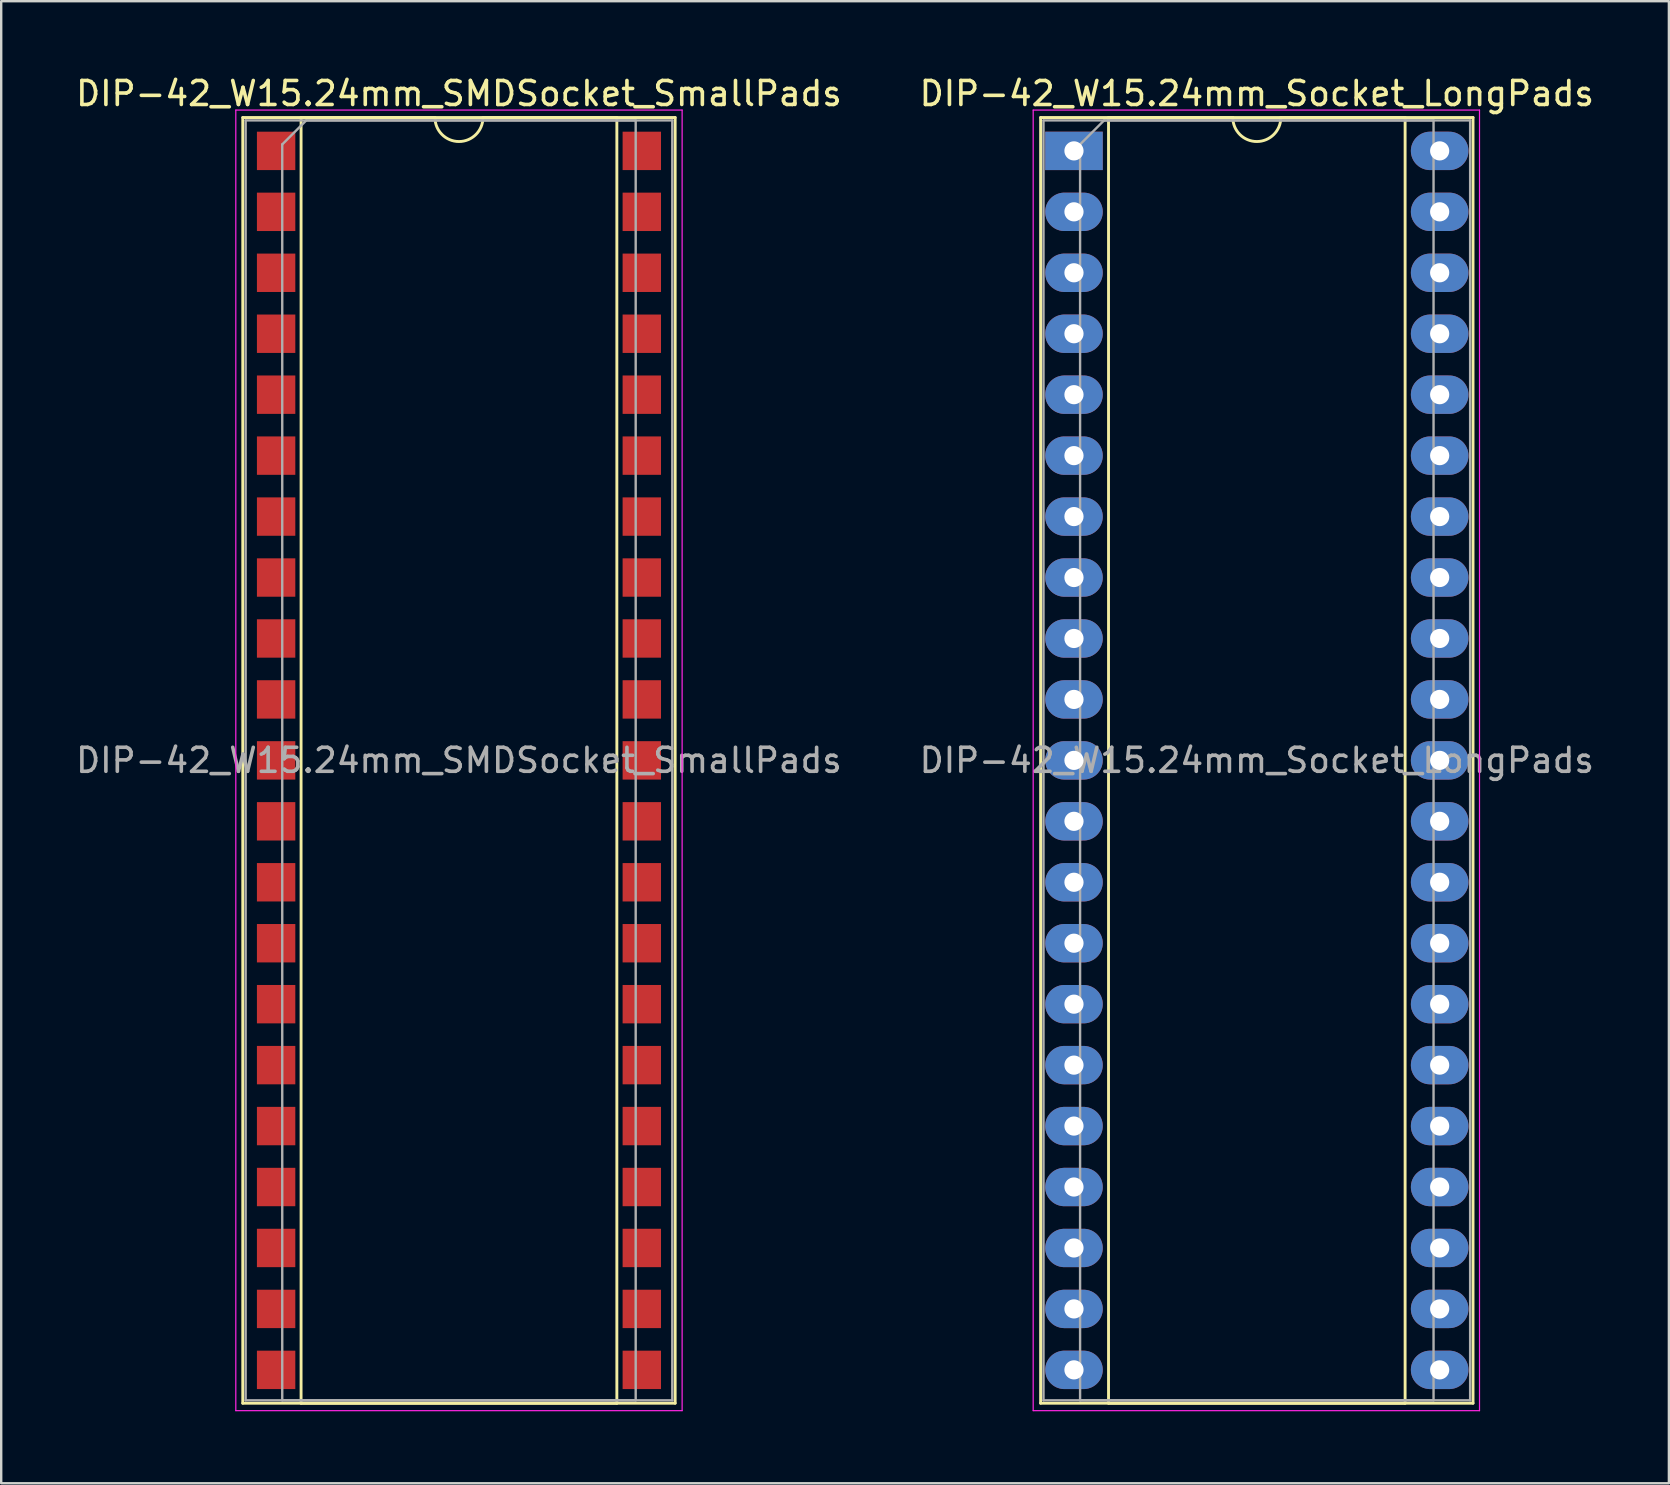
<source format=kicad_pcb>
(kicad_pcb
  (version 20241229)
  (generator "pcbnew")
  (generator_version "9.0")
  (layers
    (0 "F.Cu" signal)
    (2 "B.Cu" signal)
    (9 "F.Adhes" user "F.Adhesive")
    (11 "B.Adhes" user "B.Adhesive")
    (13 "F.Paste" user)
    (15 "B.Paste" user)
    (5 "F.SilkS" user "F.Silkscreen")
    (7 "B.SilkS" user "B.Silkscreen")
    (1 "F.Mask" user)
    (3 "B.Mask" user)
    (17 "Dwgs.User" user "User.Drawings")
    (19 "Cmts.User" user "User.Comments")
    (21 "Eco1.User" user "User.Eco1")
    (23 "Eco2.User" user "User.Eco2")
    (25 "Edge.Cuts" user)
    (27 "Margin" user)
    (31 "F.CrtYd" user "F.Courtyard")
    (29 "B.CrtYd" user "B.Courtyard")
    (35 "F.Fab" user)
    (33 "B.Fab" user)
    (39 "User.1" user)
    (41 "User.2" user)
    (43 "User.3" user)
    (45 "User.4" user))
  (footprint "DIP-42_W15.24mm_Socket_LongPads"
    (layer "F.Cu")
    (at 41.707 3.238)
    (property "Reference" "DIP-42_W15.24mm_Socket_LongPads" (at 7.62 -2.39 0) (layer "F.SilkS") (effects (font (size 1 1) (thickness 0.15))))
    (attr through_hole)
    (fp_line (start -1.39 -1.39) (end -1.39 52.19) (stroke (width 0.12) (type solid)) (layer "F.SilkS"))
    (fp_line (start -1.39 52.19) (end 16.63 52.19) (stroke (width 0.12) (type solid)) (layer "F.SilkS"))
    (fp_line (start 1.44 -1.39) (end 1.44 52.19) (stroke (width 0.12) (type solid)) (layer "F.SilkS"))
    (fp_line (start 1.44 52.19) (end 13.8 52.19) (stroke (width 0.12) (type solid)) (layer "F.SilkS"))
    (fp_line (start 6.62 -1.39) (end 1.44 -1.39) (stroke (width 0.12) (type solid)) (layer "F.SilkS"))
    (fp_line (start 13.8 -1.39) (end 8.62 -1.39) (stroke (width 0.12) (type solid)) (layer "F.SilkS"))
    (fp_line (start 13.8 52.19) (end 13.8 -1.39) (stroke (width 0.12) (type solid)) (layer "F.SilkS"))
    (fp_line (start 16.63 -1.39) (end -1.39 -1.39) (stroke (width 0.12) (type solid)) (layer "F.SilkS"))
    (fp_line (start 16.63 52.19) (end 16.63 -1.39) (stroke (width 0.12) (type solid)) (layer "F.SilkS"))
    (fp_arc (start 8.62 -1.39) (mid 7.62 -0.39) (end 6.62 -1.39) (stroke (width 0.12) (type solid)) (layer "F.SilkS"))
    (fp_line (start -1.7 -1.7) (end -1.7 52.5) (stroke (width 0.05) (type solid)) (layer "F.CrtYd"))
    (fp_line (start -1.7 52.5) (end 16.9 52.5) (stroke (width 0.05) (type solid)) (layer "F.CrtYd"))
    (fp_line (start 16.9 -1.7) (end -1.7 -1.7) (stroke (width 0.05) (type solid)) (layer "F.CrtYd"))
    (fp_line (start 16.9 52.5) (end 16.9 -1.7) (stroke (width 0.05) (type solid)) (layer "F.CrtYd"))
    (fp_line (start -1.27 -1.27) (end -1.27 52.07) (stroke (width 0.1) (type solid)) (layer "F.Fab"))
    (fp_line (start -1.27 52.07) (end 16.51 52.07) (stroke (width 0.1) (type solid)) (layer "F.Fab"))
    (fp_line (start 0.255 -0.27) (end 1.255 -1.27) (stroke (width 0.1) (type solid)) (layer "F.Fab"))
    (fp_line (start 0.255 52.07) (end 0.255 -0.27) (stroke (width 0.1) (type solid)) (layer "F.Fab"))
    (fp_line (start 1.255 -1.27) (end 14.985 -1.27) (stroke (width 0.1) (type solid)) (layer "F.Fab"))
    (fp_line (start 14.985 -1.27) (end 14.985 52.07) (stroke (width 0.1) (type solid)) (layer "F.Fab"))
    (fp_line (start 14.985 52.07) (end 0.255 52.07) (stroke (width 0.1) (type solid)) (layer "F.Fab"))
    (fp_line (start 16.51 -1.27) (end -1.27 -1.27) (stroke (width 0.1) (type solid)) (layer "F.Fab"))
    (fp_line (start 16.51 52.07) (end 16.51 -1.27) (stroke (width 0.1) (type solid)) (layer "F.Fab"))
    (fp_text user "${REFERENCE}" (at 7.62 25.4 0) (layer "F.Fab") (effects (font (size 1 1) (thickness 0.15))))
    (pad "1" thru_hole rect (at 0 0) (size 2.4 1.6) (drill 0.8) (layers "*.Cu" "*.Mask"))
    (pad "2" thru_hole oval (at 0 2.54) (size 2.4 1.6) (drill 0.8) (layers "*.Cu" "*.Mask"))
    (pad "3" thru_hole oval (at 0 5.08) (size 2.4 1.6) (drill 0.8) (layers "*.Cu" "*.Mask"))
    (pad "4" thru_hole oval (at 0 7.62) (size 2.4 1.6) (drill 0.8) (layers "*.Cu" "*.Mask"))
    (pad "5" thru_hole oval (at 0 10.16) (size 2.4 1.6) (drill 0.8) (layers "*.Cu" "*.Mask"))
    (pad "6" thru_hole oval (at 0 12.7) (size 2.4 1.6) (drill 0.8) (layers "*.Cu" "*.Mask"))
    (pad "7" thru_hole oval (at 0 15.24) (size 2.4 1.6) (drill 0.8) (layers "*.Cu" "*.Mask"))
    (pad "8" thru_hole oval (at 0 17.78) (size 2.4 1.6) (drill 0.8) (layers "*.Cu" "*.Mask"))
    (pad "9" thru_hole oval (at 0 20.32) (size 2.4 1.6) (drill 0.8) (layers "*.Cu" "*.Mask"))
    (pad "10" thru_hole oval (at 0 22.86) (size 2.4 1.6) (drill 0.8) (layers "*.Cu" "*.Mask"))
    (pad "11" thru_hole oval (at 0 25.4) (size 2.4 1.6) (drill 0.8) (layers "*.Cu" "*.Mask"))
    (pad "12" thru_hole oval (at 0 27.94) (size 2.4 1.6) (drill 0.8) (layers "*.Cu" "*.Mask"))
    (pad "13" thru_hole oval (at 0 30.48) (size 2.4 1.6) (drill 0.8) (layers "*.Cu" "*.Mask"))
    (pad "14" thru_hole oval (at 0 33.02) (size 2.4 1.6) (drill 0.8) (layers "*.Cu" "*.Mask"))
    (pad "15" thru_hole oval (at 0 35.56) (size 2.4 1.6) (drill 0.8) (layers "*.Cu" "*.Mask"))
    (pad "16" thru_hole oval (at 0 38.1) (size 2.4 1.6) (drill 0.8) (layers "*.Cu" "*.Mask"))
    (pad "17" thru_hole oval (at 0 40.64) (size 2.4 1.6) (drill 0.8) (layers "*.Cu" "*.Mask"))
    (pad "18" thru_hole oval (at 0 43.18) (size 2.4 1.6) (drill 0.8) (layers "*.Cu" "*.Mask"))
    (pad "19" thru_hole oval (at 0 45.72) (size 2.4 1.6) (drill 0.8) (layers "*.Cu" "*.Mask"))
    (pad "20" thru_hole oval (at 0 48.26) (size 2.4 1.6) (drill 0.8) (layers "*.Cu" "*.Mask"))
    (pad "21" thru_hole oval (at 0 50.8) (size 2.4 1.6) (drill 0.8) (layers "*.Cu" "*.Mask"))
    (pad "22" thru_hole oval (at 15.24 50.8) (size 2.4 1.6) (drill 0.8) (layers "*.Cu" "*.Mask"))
    (pad "23" thru_hole oval (at 15.24 48.26) (size 2.4 1.6) (drill 0.8) (layers "*.Cu" "*.Mask"))
    (pad "24" thru_hole oval (at 15.24 45.72) (size 2.4 1.6) (drill 0.8) (layers "*.Cu" "*.Mask"))
    (pad "25" thru_hole oval (at 15.24 43.18) (size 2.4 1.6) (drill 0.8) (layers "*.Cu" "*.Mask"))
    (pad "26" thru_hole oval (at 15.24 40.64) (size 2.4 1.6) (drill 0.8) (layers "*.Cu" "*.Mask"))
    (pad "27" thru_hole oval (at 15.24 38.1) (size 2.4 1.6) (drill 0.8) (layers "*.Cu" "*.Mask"))
    (pad "28" thru_hole oval (at 15.24 35.56) (size 2.4 1.6) (drill 0.8) (layers "*.Cu" "*.Mask"))
    (pad "29" thru_hole oval (at 15.24 33.02) (size 2.4 1.6) (drill 0.8) (layers "*.Cu" "*.Mask"))
    (pad "30" thru_hole oval (at 15.24 30.48) (size 2.4 1.6) (drill 0.8) (layers "*.Cu" "*.Mask"))
    (pad "31" thru_hole oval (at 15.24 27.94) (size 2.4 1.6) (drill 0.8) (layers "*.Cu" "*.Mask"))
    (pad "32" thru_hole oval (at 15.24 25.4) (size 2.4 1.6) (drill 0.8) (layers "*.Cu" "*.Mask"))
    (pad "33" thru_hole oval (at 15.24 22.86) (size 2.4 1.6) (drill 0.8) (layers "*.Cu" "*.Mask"))
    (pad "34" thru_hole oval (at 15.24 20.32) (size 2.4 1.6) (drill 0.8) (layers "*.Cu" "*.Mask"))
    (pad "35" thru_hole oval (at 15.24 17.78) (size 2.4 1.6) (drill 0.8) (layers "*.Cu" "*.Mask"))
    (pad "36" thru_hole oval (at 15.24 15.24) (size 2.4 1.6) (drill 0.8) (layers "*.Cu" "*.Mask"))
    (pad "37" thru_hole oval (at 15.24 12.7) (size 2.4 1.6) (drill 0.8) (layers "*.Cu" "*.Mask"))
    (pad "38" thru_hole oval (at 15.24 10.16) (size 2.4 1.6) (drill 0.8) (layers "*.Cu" "*.Mask"))
    (pad "39" thru_hole oval (at 15.24 7.62) (size 2.4 1.6) (drill 0.8) (layers "*.Cu" "*.Mask"))
    (pad "40" thru_hole oval (at 15.24 5.08) (size 2.4 1.6) (drill 0.8) (layers "*.Cu" "*.Mask"))
    (pad "41" thru_hole oval (at 15.24 2.54) (size 2.4 1.6) (drill 0.8) (layers "*.Cu" "*.Mask"))
    (pad "42" thru_hole oval (at 15.24 0) (size 2.4 1.6) (drill 0.8) (layers "*.Cu" "*.Mask")))
  (footprint "DIP-42_W15.24mm_SMDSocket_SmallPads"
    (layer "F.Cu")
    (at 16.077 28.638)
    (property "Reference" "DIP-42_W15.24mm_SMDSocket_SmallPads" (at 0 -27.79 0) (layer "F.SilkS") (effects (font (size 1 1) (thickness 0.15))))
    (attr smd)
    (fp_line (start -9.01 -26.79) (end -9.01 26.79) (stroke (width 0.12) (type solid)) (layer "F.SilkS"))
    (fp_line (start -9.01 26.79) (end 9.01 26.79) (stroke (width 0.12) (type solid)) (layer "F.SilkS"))
    (fp_line (start -6.58 -26.79) (end -6.58 26.79) (stroke (width 0.12) (type solid)) (layer "F.SilkS"))
    (fp_line (start -6.58 26.79) (end 6.58 26.79) (stroke (width 0.12) (type solid)) (layer "F.SilkS"))
    (fp_line (start -1 -26.79) (end -6.58 -26.79) (stroke (width 0.12) (type solid)) (layer "F.SilkS"))
    (fp_line (start 6.58 -26.79) (end 1 -26.79) (stroke (width 0.12) (type solid)) (layer "F.SilkS"))
    (fp_line (start 6.58 26.79) (end 6.58 -26.79) (stroke (width 0.12) (type solid)) (layer "F.SilkS"))
    (fp_line (start 9.01 -26.79) (end -9.01 -26.79) (stroke (width 0.12) (type solid)) (layer "F.SilkS"))
    (fp_line (start 9.01 26.79) (end 9.01 -26.79) (stroke (width 0.12) (type solid)) (layer "F.SilkS"))
    (fp_arc (start 1 -26.79) (mid 0 -25.79) (end -1 -26.79) (stroke (width 0.12) (type solid)) (layer "F.SilkS"))
    (fp_line (start -9.3 -27.1) (end -9.3 27.1) (stroke (width 0.05) (type solid)) (layer "F.CrtYd"))
    (fp_line (start -9.3 27.1) (end 9.3 27.1) (stroke (width 0.05) (type solid)) (layer "F.CrtYd"))
    (fp_line (start 9.3 -27.1) (end -9.3 -27.1) (stroke (width 0.05) (type solid)) (layer "F.CrtYd"))
    (fp_line (start 9.3 27.1) (end 9.3 -27.1) (stroke (width 0.05) (type solid)) (layer "F.CrtYd"))
    (fp_line (start -8.89 -26.67) (end -8.89 26.67) (stroke (width 0.1) (type solid)) (layer "F.Fab"))
    (fp_line (start -8.89 26.67) (end 8.89 26.67) (stroke (width 0.1) (type solid)) (layer "F.Fab"))
    (fp_line (start -7.365 -25.67) (end -6.365 -26.67) (stroke (width 0.1) (type solid)) (layer "F.Fab"))
    (fp_line (start -7.365 26.67) (end -7.365 -25.67) (stroke (width 0.1) (type solid)) (layer "F.Fab"))
    (fp_line (start -6.365 -26.67) (end 7.365 -26.67) (stroke (width 0.1) (type solid)) (layer "F.Fab"))
    (fp_line (start 7.365 -26.67) (end 7.365 26.67) (stroke (width 0.1) (type solid)) (layer "F.Fab"))
    (fp_line (start 7.365 26.67) (end -7.365 26.67) (stroke (width 0.1) (type solid)) (layer "F.Fab"))
    (fp_line (start 8.89 -26.67) (end -8.89 -26.67) (stroke (width 0.1) (type solid)) (layer "F.Fab"))
    (fp_line (start 8.89 26.67) (end 8.89 -26.67) (stroke (width 0.1) (type solid)) (layer "F.Fab"))
    (fp_text user "${REFERENCE}" (at 0 0 0) (layer "F.Fab") (effects (font (size 1 1) (thickness 0.15))))
    (pad "1" smd rect (at -7.62 -25.4) (size 1.6 1.6) (layers "F.Cu" "F.Mask" "F.Paste"))
    (pad "2" smd rect (at -7.62 -22.86) (size 1.6 1.6) (layers "F.Cu" "F.Mask" "F.Paste"))
    (pad "3" smd rect (at -7.62 -20.32) (size 1.6 1.6) (layers "F.Cu" "F.Mask" "F.Paste"))
    (pad "4" smd rect (at -7.62 -17.78) (size 1.6 1.6) (layers "F.Cu" "F.Mask" "F.Paste"))
    (pad "5" smd rect (at -7.62 -15.24) (size 1.6 1.6) (layers "F.Cu" "F.Mask" "F.Paste"))
    (pad "6" smd rect (at -7.62 -12.7) (size 1.6 1.6) (layers "F.Cu" "F.Mask" "F.Paste"))
    (pad "7" smd rect (at -7.62 -10.16) (size 1.6 1.6) (layers "F.Cu" "F.Mask" "F.Paste"))
    (pad "8" smd rect (at -7.62 -7.62) (size 1.6 1.6) (layers "F.Cu" "F.Mask" "F.Paste"))
    (pad "9" smd rect (at -7.62 -5.08) (size 1.6 1.6) (layers "F.Cu" "F.Mask" "F.Paste"))
    (pad "10" smd rect (at -7.62 -2.54) (size 1.6 1.6) (layers "F.Cu" "F.Mask" "F.Paste"))
    (pad "11" smd rect (at -7.62 0) (size 1.6 1.6) (layers "F.Cu" "F.Mask" "F.Paste"))
    (pad "12" smd rect (at -7.62 2.54) (size 1.6 1.6) (layers "F.Cu" "F.Mask" "F.Paste"))
    (pad "13" smd rect (at -7.62 5.08) (size 1.6 1.6) (layers "F.Cu" "F.Mask" "F.Paste"))
    (pad "14" smd rect (at -7.62 7.62) (size 1.6 1.6) (layers "F.Cu" "F.Mask" "F.Paste"))
    (pad "15" smd rect (at -7.62 10.16) (size 1.6 1.6) (layers "F.Cu" "F.Mask" "F.Paste"))
    (pad "16" smd rect (at -7.62 12.7) (size 1.6 1.6) (layers "F.Cu" "F.Mask" "F.Paste"))
    (pad "17" smd rect (at -7.62 15.24) (size 1.6 1.6) (layers "F.Cu" "F.Mask" "F.Paste"))
    (pad "18" smd rect (at -7.62 17.78) (size 1.6 1.6) (layers "F.Cu" "F.Mask" "F.Paste"))
    (pad "19" smd rect (at -7.62 20.32) (size 1.6 1.6) (layers "F.Cu" "F.Mask" "F.Paste"))
    (pad "20" smd rect (at -7.62 22.86) (size 1.6 1.6) (layers "F.Cu" "F.Mask" "F.Paste"))
    (pad "21" smd rect (at -7.62 25.4) (size 1.6 1.6) (layers "F.Cu" "F.Mask" "F.Paste"))
    (pad "22" smd rect (at 7.62 25.4) (size 1.6 1.6) (layers "F.Cu" "F.Mask" "F.Paste"))
    (pad "23" smd rect (at 7.62 22.86) (size 1.6 1.6) (layers "F.Cu" "F.Mask" "F.Paste"))
    (pad "24" smd rect (at 7.62 20.32) (size 1.6 1.6) (layers "F.Cu" "F.Mask" "F.Paste"))
    (pad "25" smd rect (at 7.62 17.78) (size 1.6 1.6) (layers "F.Cu" "F.Mask" "F.Paste"))
    (pad "26" smd rect (at 7.62 15.24) (size 1.6 1.6) (layers "F.Cu" "F.Mask" "F.Paste"))
    (pad "27" smd rect (at 7.62 12.7) (size 1.6 1.6) (layers "F.Cu" "F.Mask" "F.Paste"))
    (pad "28" smd rect (at 7.62 10.16) (size 1.6 1.6) (layers "F.Cu" "F.Mask" "F.Paste"))
    (pad "29" smd rect (at 7.62 7.62) (size 1.6 1.6) (layers "F.Cu" "F.Mask" "F.Paste"))
    (pad "30" smd rect (at 7.62 5.08) (size 1.6 1.6) (layers "F.Cu" "F.Mask" "F.Paste"))
    (pad "31" smd rect (at 7.62 2.54) (size 1.6 1.6) (layers "F.Cu" "F.Mask" "F.Paste"))
    (pad "32" smd rect (at 7.62 0) (size 1.6 1.6) (layers "F.Cu" "F.Mask" "F.Paste"))
    (pad "33" smd rect (at 7.62 -2.54) (size 1.6 1.6) (layers "F.Cu" "F.Mask" "F.Paste"))
    (pad "34" smd rect (at 7.62 -5.08) (size 1.6 1.6) (layers "F.Cu" "F.Mask" "F.Paste"))
    (pad "35" smd rect (at 7.62 -7.62) (size 1.6 1.6) (layers "F.Cu" "F.Mask" "F.Paste"))
    (pad "36" smd rect (at 7.62 -10.16) (size 1.6 1.6) (layers "F.Cu" "F.Mask" "F.Paste"))
    (pad "37" smd rect (at 7.62 -12.7) (size 1.6 1.6) (layers "F.Cu" "F.Mask" "F.Paste"))
    (pad "38" smd rect (at 7.62 -15.24) (size 1.6 1.6) (layers "F.Cu" "F.Mask" "F.Paste"))
    (pad "39" smd rect (at 7.62 -17.78) (size 1.6 1.6) (layers "F.Cu" "F.Mask" "F.Paste"))
    (pad "40" smd rect (at 7.62 -20.32) (size 1.6 1.6) (layers "F.Cu" "F.Mask" "F.Paste"))
    (pad "41" smd rect (at 7.62 -22.86) (size 1.6 1.6) (layers "F.Cu" "F.Mask" "F.Paste"))
    (pad "42" smd rect (at 7.62 -25.4) (size 1.6 1.6) (layers "F.Cu" "F.Mask" "F.Paste")))
  (gr_rect
    (start -3 -3)
    (end 66.5 58.763)
    (stroke (width 0.1) (type default))
    (fill no)
    (layer "Edge.Cuts")))
</source>
